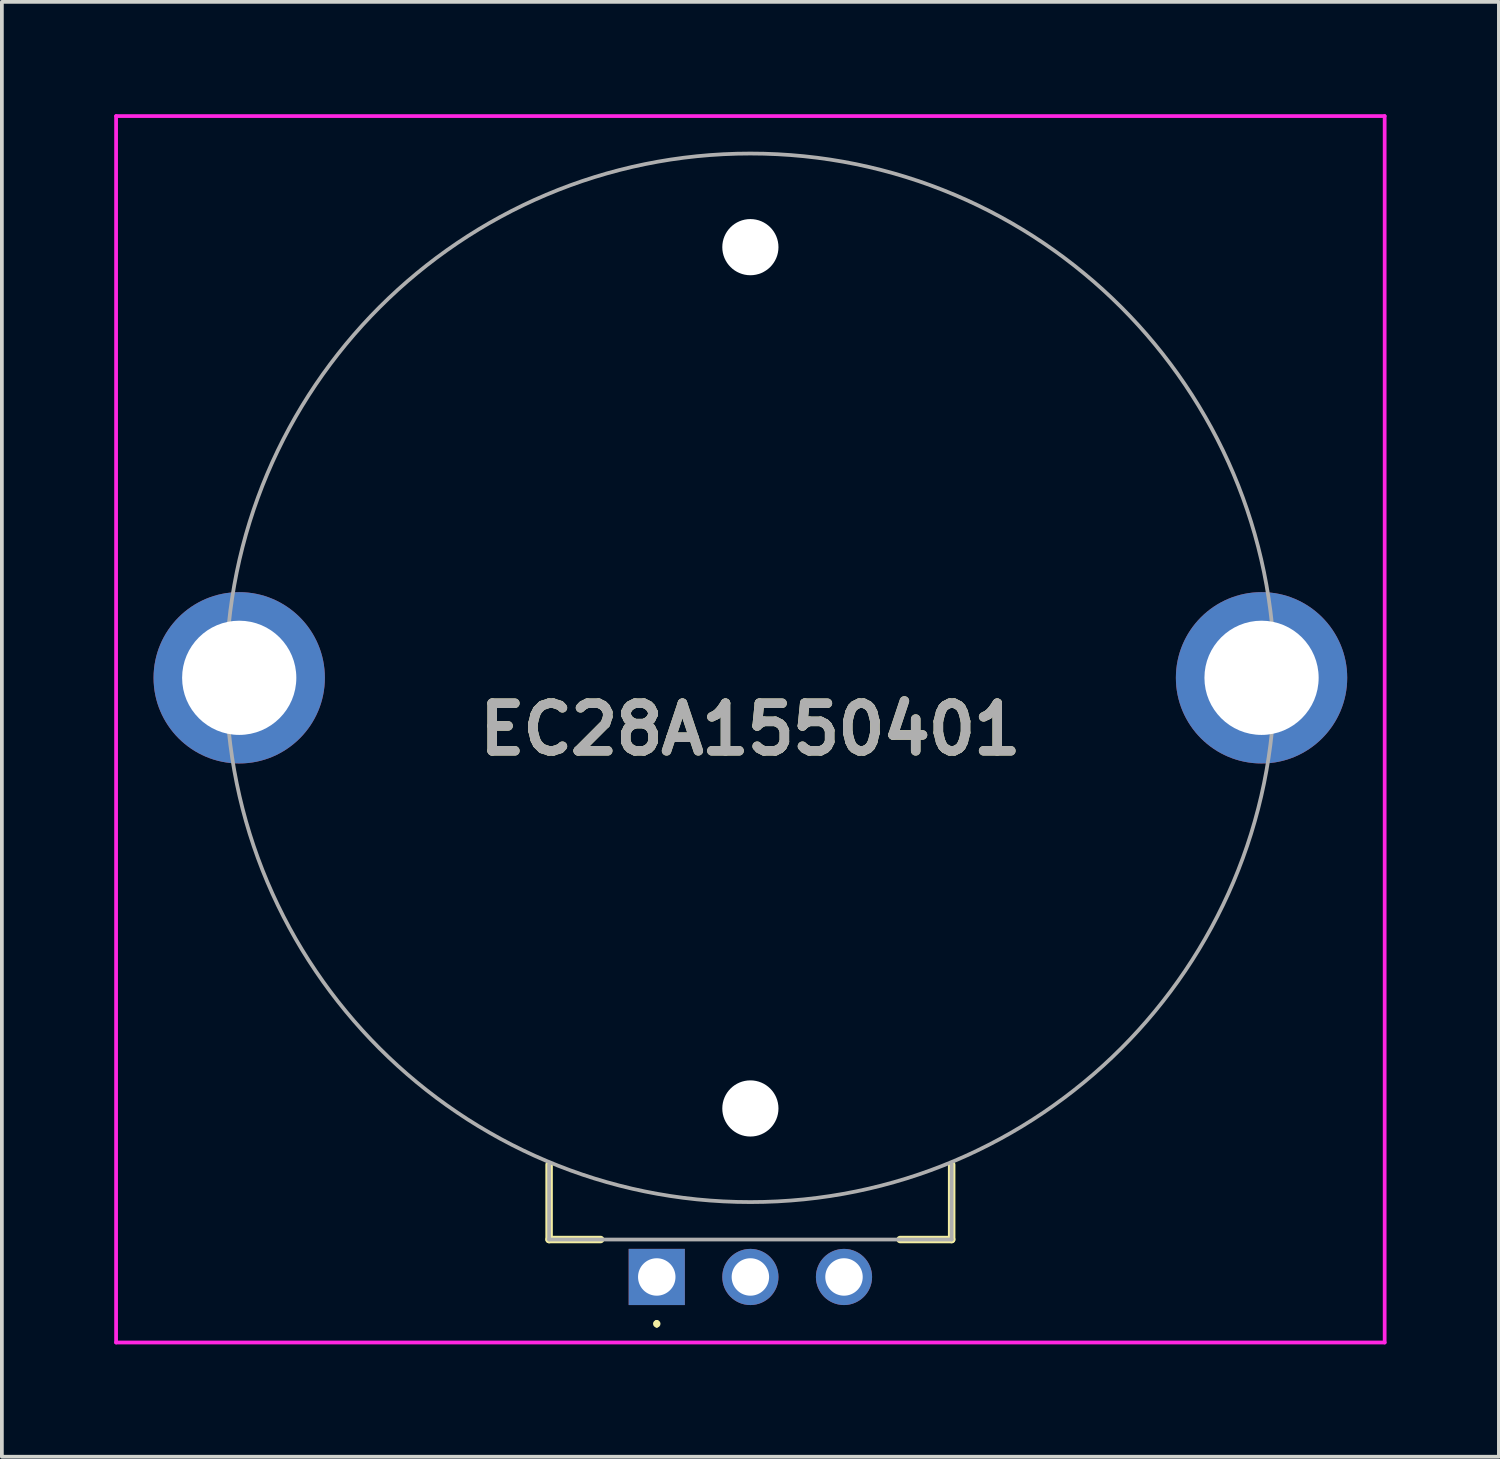
<source format=kicad_pcb>
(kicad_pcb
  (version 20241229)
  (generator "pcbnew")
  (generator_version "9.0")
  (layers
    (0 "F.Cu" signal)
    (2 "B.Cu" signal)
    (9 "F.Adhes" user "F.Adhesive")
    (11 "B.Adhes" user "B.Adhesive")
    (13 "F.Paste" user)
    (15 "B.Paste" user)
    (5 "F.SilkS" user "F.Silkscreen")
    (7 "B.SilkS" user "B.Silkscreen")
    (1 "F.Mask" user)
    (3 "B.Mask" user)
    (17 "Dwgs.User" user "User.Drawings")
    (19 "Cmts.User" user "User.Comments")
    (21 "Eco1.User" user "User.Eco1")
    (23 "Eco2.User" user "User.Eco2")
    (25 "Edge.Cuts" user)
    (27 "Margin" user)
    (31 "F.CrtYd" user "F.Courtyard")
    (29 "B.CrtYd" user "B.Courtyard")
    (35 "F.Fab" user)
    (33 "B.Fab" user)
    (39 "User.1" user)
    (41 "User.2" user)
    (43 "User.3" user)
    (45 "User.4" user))
  (footprint "EC28A1550401"
    (layer "F.Cu")
    (at 14.488 31.05)
    (property "Reference" "EC28A1550401" (at 2.5 -14.625 0) (layer "F.SilkS") (effects (font (size 1.27 1.27) (thickness 0.254))))
    (attr through_hole)
    (fp_line (start -2.875 -3) (end -2.875 -1) (stroke (width 0.2) (type solid)) (layer "F.SilkS"))
    (fp_line (start -2.875 -1) (end -1.5 -1) (stroke (width 0.2) (type solid)) (layer "F.SilkS"))
    (fp_line (start 0 1.2) (end 0 1.2) (stroke (width 0.1) (type solid)) (layer "F.SilkS"))
    (fp_line (start 0 1.3) (end 0 1.3) (stroke (width 0.1) (type solid)) (layer "F.SilkS"))
    (fp_line (start 6.5 -1) (end 7.875 -1) (stroke (width 0.2) (type solid)) (layer "F.SilkS"))
    (fp_line (start 7.875 -1) (end 7.875 -3) (stroke (width 0.2) (type solid)) (layer "F.SilkS"))
    (fp_arc (start 0 1.2) (mid 0.05 1.25) (end 0 1.3) (stroke (width 0.1) (type solid)) (layer "F.SilkS"))
    (fp_arc (start 0 1.3) (mid -0.05 1.25) (end 0 1.2) (stroke (width 0.1) (type solid)) (layer "F.SilkS"))
    (fp_line (start -14.438 -31) (end 19.438 -31) (stroke (width 0.1) (type solid)) (layer "F.CrtYd"))
    (fp_line (start -14.438 1.75) (end -14.438 -31) (stroke (width 0.1) (type solid)) (layer "F.CrtYd"))
    (fp_line (start 19.438 -31) (end 19.438 1.75) (stroke (width 0.1) (type solid)) (layer "F.CrtYd"))
    (fp_line (start 19.438 1.75) (end -14.438 1.75) (stroke (width 0.1) (type solid)) (layer "F.CrtYd"))
    (fp_line (start -11.5 -16) (end -11.5 -16) (stroke (width 0.1) (type solid)) (layer "F.Fab"))
    (fp_line (start -2.875 -3) (end -2.875 -1) (stroke (width 0.1) (type solid)) (layer "F.Fab"))
    (fp_line (start -2.875 -1) (end 7.875 -1) (stroke (width 0.1) (type solid)) (layer "F.Fab"))
    (fp_line (start 7.875 -1) (end 7.875 -3) (stroke (width 0.1) (type solid)) (layer "F.Fab"))
    (fp_line (start 16.5 -16) (end 16.5 -16) (stroke (width 0.1) (type solid)) (layer "F.Fab"))
    (fp_arc (start -11.5 -16) (mid 2.5 -30) (end 16.5 -16) (stroke (width 0.1) (type solid)) (layer "F.Fab"))
    (fp_arc (start 16.5 -16) (mid 2.5 -2) (end -11.5 -16) (stroke (width 0.1) (type solid)) (layer "F.Fab"))
    (fp_text user "${REFERENCE}" (at 2.5 -14.625 0) (layer "F.Fab") (effects (font (size 1.27 1.27) (thickness 0.254))))
    (pad "" np_thru_hole circle (at 2.5 -27.5) (size 1.5 1.5) (drill 1.5) (layers "*.Cu" "*.Mask"))
    (pad "" np_thru_hole circle (at 2.5 -4.5) (size 1.5 1.5) (drill 1.5) (layers "*.Cu" "*.Mask"))
    (pad "A1" thru_hole rect (at 0 0) (size 1.5 1.5) (drill 1) (layers "*.Cu" "*.Mask"))
    (pad "B1" thru_hole circle (at 5 0) (size 1.5 1.5) (drill 1) (layers "*.Cu" "*.Mask"))
    (pad "C1" thru_hole circle (at 2.5 0) (size 1.5 1.5) (drill 1) (layers "*.Cu" "*.Mask"))
    (pad "MH2" thru_hole circle (at 16.15 -16) (size 4.575 4.575) (drill 3.05) (layers "*.Cu" "*.Mask"))
    (pad "MH4" thru_hole circle (at -11.15 -16) (size 4.575 4.575) (drill 3.05) (layers "*.Cu" "*.Mask")))
  (gr_rect
    (start -3 -3)
    (end 36.976 35.85)
    (stroke (width 0.1) (type default))
    (fill no)
    (layer "Edge.Cuts")))
</source>
